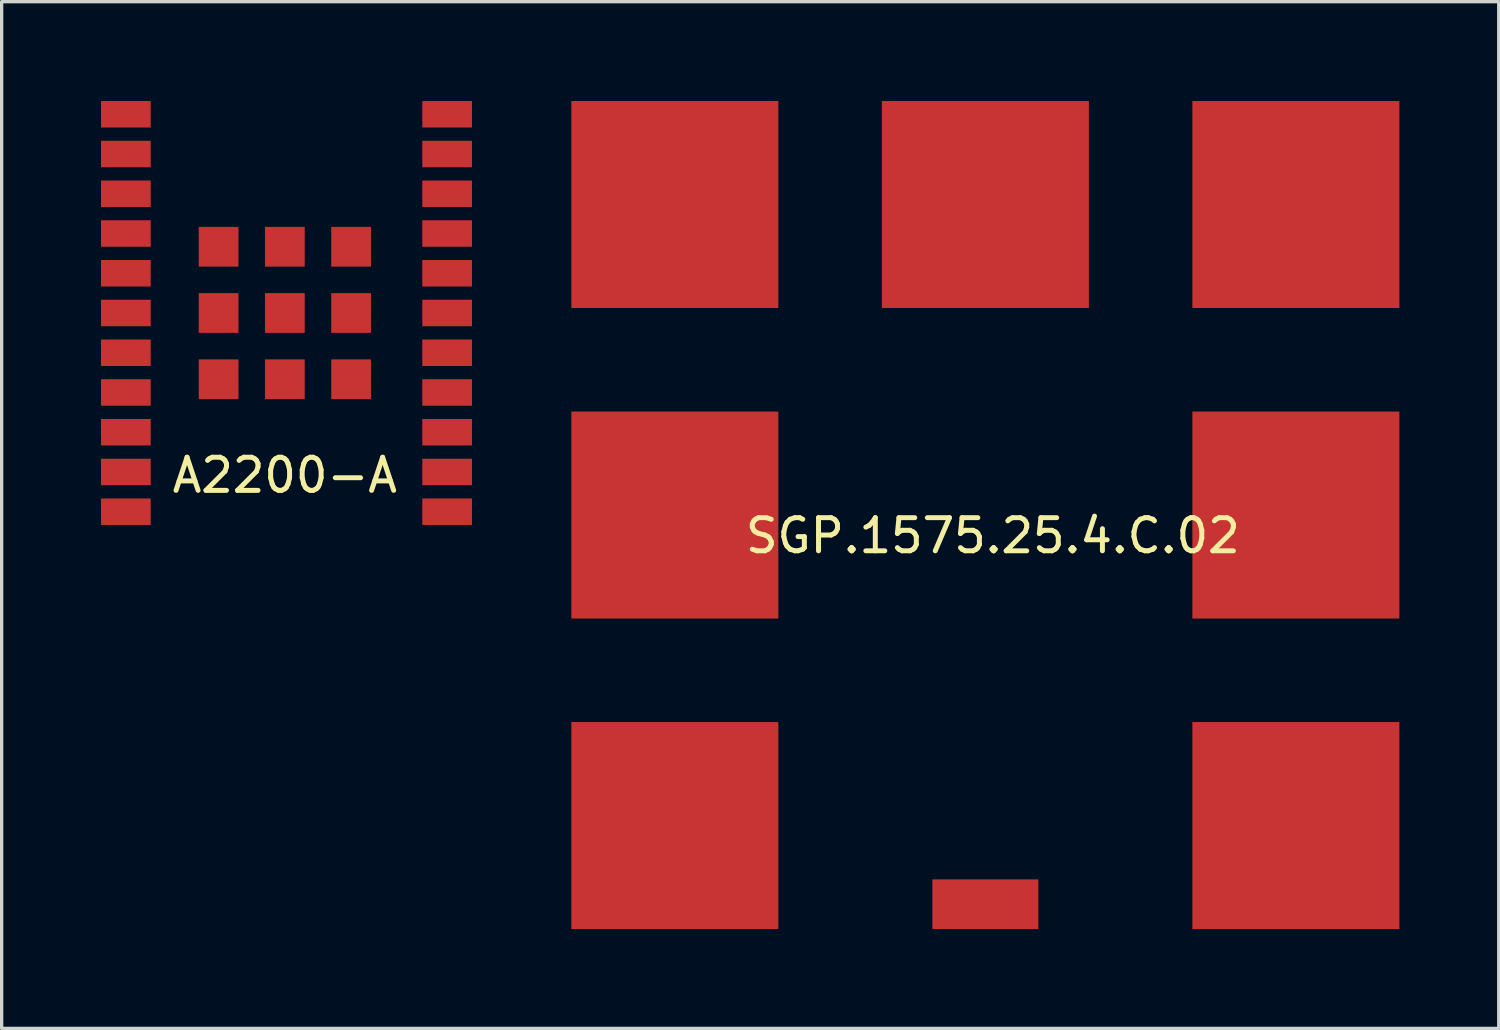
<source format=kicad_pcb>
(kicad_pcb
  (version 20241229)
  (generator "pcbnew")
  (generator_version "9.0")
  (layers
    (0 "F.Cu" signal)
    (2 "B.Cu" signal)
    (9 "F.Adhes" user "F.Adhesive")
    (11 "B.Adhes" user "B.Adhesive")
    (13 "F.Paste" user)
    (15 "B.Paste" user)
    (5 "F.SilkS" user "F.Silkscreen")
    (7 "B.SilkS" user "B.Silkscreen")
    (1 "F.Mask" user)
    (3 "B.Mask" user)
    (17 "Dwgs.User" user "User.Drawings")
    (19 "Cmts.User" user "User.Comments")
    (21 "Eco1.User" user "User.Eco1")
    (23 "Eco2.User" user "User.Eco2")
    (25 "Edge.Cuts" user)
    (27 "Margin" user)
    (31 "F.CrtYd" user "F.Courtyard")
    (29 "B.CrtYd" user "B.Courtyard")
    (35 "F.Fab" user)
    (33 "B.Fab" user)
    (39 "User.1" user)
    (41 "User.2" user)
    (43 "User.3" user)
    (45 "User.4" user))
  (footprint "A2200-A"
    (layer "F.Cu")
    (at 0.75 0.4)
    (property "Reference" "A2200-A" (at 4.8 10.9 0) (layer "F.SilkS") (effects (font (size 1 1) (thickness 0.15))))
    (attr through_hole)
    (pad "1" smd rect (at 0 0) (size 1.5 0.8) (layers "F.Cu" "F.Mask" "F.Paste"))
    (pad "2" smd rect (at 0 1.2) (size 1.5 0.8) (layers "F.Cu" "F.Mask" "F.Paste"))
    (pad "3" smd rect (at 0 2.4) (size 1.5 0.8) (layers "F.Cu" "F.Mask" "F.Paste"))
    (pad "4" smd rect (at 0 3.6) (size 1.5 0.8) (layers "F.Cu" "F.Mask" "F.Paste"))
    (pad "5" smd rect (at 0 4.8) (size 1.5 0.8) (layers "F.Cu" "F.Mask" "F.Paste"))
    (pad "6" smd rect (at 0 6) (size 1.5 0.8) (layers "F.Cu" "F.Mask" "F.Paste"))
    (pad "7" smd rect (at 0 7.2) (size 1.5 0.8) (layers "F.Cu" "F.Mask" "F.Paste"))
    (pad "8" smd rect (at 0 8.4) (size 1.5 0.8) (layers "F.Cu" "F.Mask" "F.Paste"))
    (pad "9" smd rect (at 0 9.6) (size 1.5 0.8) (layers "F.Cu" "F.Mask" "F.Paste"))
    (pad "10" smd rect (at 0 10.8) (size 1.5 0.8) (layers "F.Cu" "F.Mask" "F.Paste"))
    (pad "11" smd rect (at 0 12) (size 1.5 0.8) (layers "F.Cu" "F.Mask" "F.Paste"))
    (pad "12" smd rect (at 9.7 12) (size 1.5 0.8) (layers "F.Cu" "F.Mask" "F.Paste"))
    (pad "13" smd rect (at 9.7 10.8) (size 1.5 0.8) (layers "F.Cu" "F.Mask" "F.Paste"))
    (pad "14" smd rect (at 9.7 9.6) (size 1.5 0.8) (layers "F.Cu" "F.Mask" "F.Paste"))
    (pad "15" smd rect (at 9.7 8.4) (size 1.5 0.8) (layers "F.Cu" "F.Mask" "F.Paste"))
    (pad "16" smd rect (at 9.7 7.2) (size 1.5 0.8) (layers "F.Cu" "F.Mask" "F.Paste"))
    (pad "17" smd rect (at 9.7 6) (size 1.5 0.8) (layers "F.Cu" "F.Mask" "F.Paste"))
    (pad "18" smd rect (at 9.7 4.8) (size 1.5 0.8) (layers "F.Cu" "F.Mask" "F.Paste"))
    (pad "19" smd rect (at 9.7 3.6) (size 1.5 0.8) (layers "F.Cu" "F.Mask" "F.Paste"))
    (pad "20" smd rect (at 9.7 2.4) (size 1.5 0.8) (layers "F.Cu" "F.Mask" "F.Paste"))
    (pad "21" smd rect (at 9.7 1.2) (size 1.5 0.8) (layers "F.Cu" "F.Mask" "F.Paste"))
    (pad "22" smd rect (at 9.7 0) (size 1.5 0.8) (layers "F.Cu" "F.Mask" "F.Paste"))
    (pad "GND" smd rect (at 2.8 4) (size 1.2 1.2) (layers "F.Cu" "F.Mask" "F.Paste"))
    (pad "GND" smd rect (at 2.8 6) (size 1.2 1.2) (layers "F.Cu" "F.Mask" "F.Paste"))
    (pad "GND" smd rect (at 2.8 8) (size 1.2 1.2) (layers "F.Cu" "F.Mask" "F.Paste"))
    (pad "GND" smd rect (at 4.8 4) (size 1.2 1.2) (layers "F.Cu" "F.Mask" "F.Paste"))
    (pad "GND" smd rect (at 4.8 6) (size 1.2 1.2) (layers "F.Cu" "F.Mask" "F.Paste"))
    (pad "GND" smd rect (at 4.8 8) (size 1.2 1.2) (layers "F.Cu" "F.Mask" "F.Paste"))
    (pad "GND" smd rect (at 6.8 4) (size 1.2 1.2) (layers "F.Cu" "F.Mask" "F.Paste"))
    (pad "GND" smd rect (at 6.8 6) (size 1.2 1.2) (layers "F.Cu" "F.Mask" "F.Paste"))
    (pad "GND" smd rect (at 6.8 8) (size 1.2 1.2) (layers "F.Cu" "F.Mask" "F.Paste")))
  (footprint "SGP.1575.25.4.C.02"
    (layer "F.Cu")
    (at 17.325 3.125)
    (property "Reference" "SGP.1575.25.4.C.02" (at 9.6 10 0) (layer "F.SilkS") (effects (font (size 1 1) (thickness 0.15))))
    (attr through_hole)
    (pad "1" smd rect (at 9.375 21.125) (size 3.2 1.5) (layers "F.Cu" "F.Mask" "F.Paste"))
    (pad "2" smd rect (at 0 0) (size 6.25 6.25) (layers "F.Cu" "F.Mask" "F.Paste"))
    (pad "2" smd rect (at 0 9.375) (size 6.25 6.25) (layers "F.Cu" "F.Mask" "F.Paste"))
    (pad "2" smd rect (at 0 18.75) (size 6.25 6.25) (layers "F.Cu" "F.Mask" "F.Paste"))
    (pad "2" smd rect (at 9.375 0) (size 6.25 6.25) (layers "F.Cu" "F.Mask" "F.Paste"))
    (pad "2" smd rect (at 18.75 0) (size 6.25 6.25) (layers "F.Cu" "F.Mask" "F.Paste"))
    (pad "2" smd rect (at 18.75 9.375) (size 6.25 6.25) (layers "F.Cu" "F.Mask" "F.Paste"))
    (pad "2" smd rect (at 18.75 18.75) (size 6.25 6.25) (layers "F.Cu" "F.Mask" "F.Paste")))
  (gr_rect
    (start -3 -3)
    (end 42.2 28)
    (stroke (width 0.1) (type default))
    (fill no)
    (layer "Edge.Cuts")))
</source>
